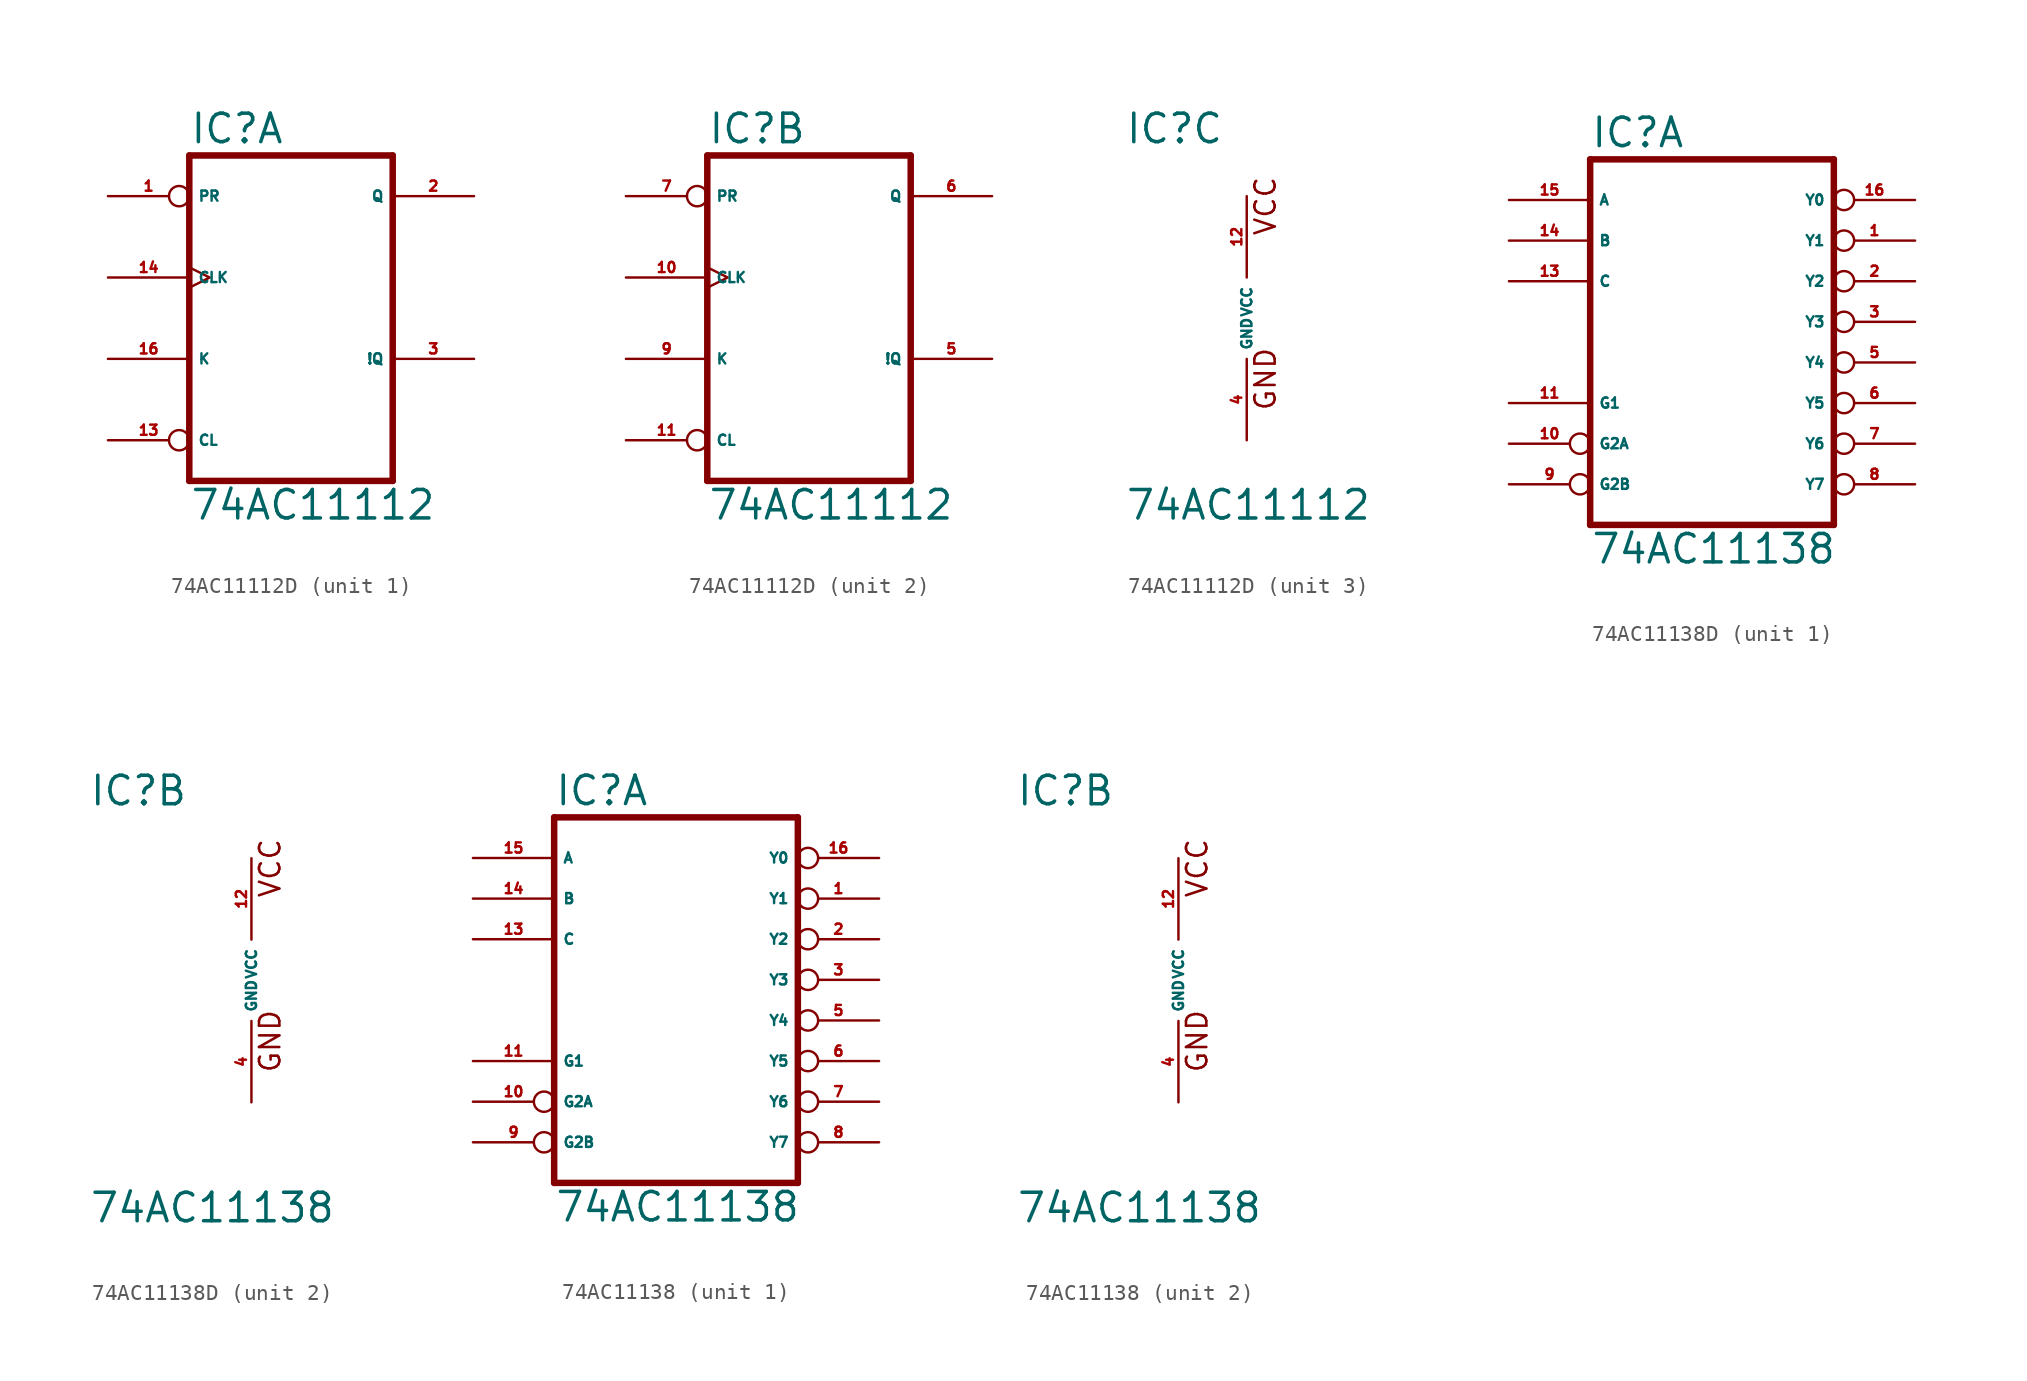
<source format=kicad_sym>
(kicad_symbol_lib
  (version 20220914)
  (generator Eagle2Kicad)
  (symbol "74AC11112D"
    (property "Reference" "IC"
      (at -7.62 10.795 0)
      (effects (font (size 1.778 1.778) (thickness 0.22)) (justify left bottom)))
    (property "Value" "74AC11112"
      (at -7.62 -12.7 0)
      (effects (font (size 1.778 1.778) (thickness 0.22)) (justify left bottom)))
    (symbol "74AC11112D_1_0"
      (polyline (pts (xy -7.62 -10.16) (xy 5.08 -10.16)) (stroke (width 0.406) (type default)) (fill (type none)))
      (polyline (pts (xy 5.08 -10.16) (xy 5.08 10.16)) (stroke (width 0.406) (type default)) (fill (type none)))
      (polyline (pts (xy 5.08 10.16) (xy -7.62 10.16)) (stroke (width 0.406) (type default)) (fill (type none)))
      (polyline (pts (xy -7.62 10.16) (xy -7.62 -10.16)) (stroke (width 0.406) (type default)) (fill (type none)))
      (pin input inverted (at -12.7 7.62 0) (length 5.08) (name "PR" (effects (font (size 0.635 0.635) (thickness 0.08)) (justify left bottom))) (number "1" (effects (font (size 0.635 0.635) (thickness 0.08)) (justify left bottom))))
      (pin output line (at 10.16 7.62 180) (length 5.08) (name "Q" (effects (font (size 0.635 0.635) (thickness 0.08)) (justify left bottom))) (number "2" (effects (font (size 0.635 0.635) (thickness 0.08)) (justify left bottom))))
      (pin output line (at 10.16 -2.54 180) (length 5.08) (name "!Q" (effects (font (size 0.635 0.635) (thickness 0.08)) (justify left bottom))) (number "3" (effects (font (size 0.635 0.635) (thickness 0.08)) (justify left bottom))))
      (pin input inverted (at -12.7 -7.62 0) (length 5.08) (name "CL" (effects (font (size 0.635 0.635) (thickness 0.08)) (justify left bottom))) (number "13" (effects (font (size 0.635 0.635) (thickness 0.08)) (justify left bottom))))
      (pin input clock (at -12.7 2.54 0) (length 5.08) (name "CLK" (effects (font (size 0.635 0.635) (thickness 0.08)) (justify left bottom))) (number "14" (effects (font (size 0.635 0.635) (thickness 0.08)) (justify left bottom))))
      (pin input line (at -12.7 -2.54 0) (length 5.08) (name "K" (effects (font (size 0.635 0.635) (thickness 0.08)) (justify left bottom))) (number "16" (effects (font (size 0.635 0.635) (thickness 0.08)) (justify left bottom)))))
    (symbol "74AC11112D_2_0"
      (polyline (pts (xy -7.62 -10.16) (xy 5.08 -10.16)) (stroke (width 0.406) (type default)) (fill (type none)))
      (polyline (pts (xy 5.08 -10.16) (xy 5.08 10.16)) (stroke (width 0.406) (type default)) (fill (type none)))
      (polyline (pts (xy 5.08 10.16) (xy -7.62 10.16)) (stroke (width 0.406) (type default)) (fill (type none)))
      (polyline (pts (xy -7.62 10.16) (xy -7.62 -10.16)) (stroke (width 0.406) (type default)) (fill (type none)))
      (pin input inverted (at -12.7 7.62 0) (length 5.08) (name "PR" (effects (font (size 0.635 0.635) (thickness 0.08)) (justify left bottom))) (number "7" (effects (font (size 0.635 0.635) (thickness 0.08)) (justify left bottom))))
      (pin output line (at 10.16 7.62 180) (length 5.08) (name "Q" (effects (font (size 0.635 0.635) (thickness 0.08)) (justify left bottom))) (number "6" (effects (font (size 0.635 0.635) (thickness 0.08)) (justify left bottom))))
      (pin output line (at 10.16 -2.54 180) (length 5.08) (name "!Q" (effects (font (size 0.635 0.635) (thickness 0.08)) (justify left bottom))) (number "5" (effects (font (size 0.635 0.635) (thickness 0.08)) (justify left bottom))))
      (pin input inverted (at -12.7 -7.62 0) (length 5.08) (name "CL" (effects (font (size 0.635 0.635) (thickness 0.08)) (justify left bottom))) (number "11" (effects (font (size 0.635 0.635) (thickness 0.08)) (justify left bottom))))
      (pin input clock (at -12.7 2.54 0) (length 5.08) (name "CLK" (effects (font (size 0.635 0.635) (thickness 0.08)) (justify left bottom))) (number "10" (effects (font (size 0.635 0.635) (thickness 0.08)) (justify left bottom))))
      (pin input line (at -12.7 -2.54 0) (length 5.08) (name "K" (effects (font (size 0.635 0.635) (thickness 0.08)) (justify left bottom))) (number "9" (effects (font (size 0.635 0.635) (thickness 0.08)) (justify left bottom)))))
    (symbol "74AC11112D_3_0"
      (text "GND" (at 1.905 -5.842 900) (effects (font (size 1.27 1.27) (thickness 0.16)) (justify left bottom)))
      (text "VCC" (at 1.905 5.08 900) (effects (font (size 1.27 1.27) (thickness 0.16)) (justify left bottom)))
      (pin unspecified line (at 0 -7.62 90) (length 5.08) (name "GND" (effects (font (size 0.635 0.635) (thickness 0.08)) (justify left bottom))) (number "4" (effects (font (size 0.635 0.635) (thickness 0.08)) (justify left bottom))))
      (pin unspecified line (at 0 7.62 270) (length 5.08) (name "VCC" (effects (font (size 0.635 0.635) (thickness 0.08)) (justify left bottom))) (number "12" (effects (font (size 0.635 0.635) (thickness 0.08)) (justify left bottom))))))
  (symbol "74AC11138D"
    (property "Reference" "IC"
      (at -10.16 10.795 0)
      (effects (font (size 1.778 1.778) (thickness 0.22)) (justify left bottom)))
    (property "Value" "74AC11138"
      (at -10.16 -15.24 0)
      (effects (font (size 1.778 1.778) (thickness 0.22)) (justify left bottom)))
    (symbol "74AC11138D_1_0"
      (polyline (pts (xy -10.16 -12.7) (xy 5.08 -12.7)) (stroke (width 0.406) (type default)) (fill (type none)))
      (polyline (pts (xy 5.08 -12.7) (xy 5.08 10.16)) (stroke (width 0.406) (type default)) (fill (type none)))
      (polyline (pts (xy 5.08 10.16) (xy -10.16 10.16)) (stroke (width 0.406) (type default)) (fill (type none)))
      (polyline (pts (xy -10.16 10.16) (xy -10.16 -12.7)) (stroke (width 0.406) (type default)) (fill (type none)))
      (pin output inverted (at 10.16 5.08 180) (length 5.08) (name "Y1" (effects (font (size 0.635 0.635) (thickness 0.08)) (justify left bottom))) (number "1" (effects (font (size 0.635 0.635) (thickness 0.08)) (justify left bottom))))
      (pin output inverted (at 10.16 2.54 180) (length 5.08) (name "Y2" (effects (font (size 0.635 0.635) (thickness 0.08)) (justify left bottom))) (number "2" (effects (font (size 0.635 0.635) (thickness 0.08)) (justify left bottom))))
      (pin output inverted (at 10.16 0 180) (length 5.08) (name "Y3" (effects (font (size 0.635 0.635) (thickness 0.08)) (justify left bottom))) (number "3" (effects (font (size 0.635 0.635) (thickness 0.08)) (justify left bottom))))
      (pin output inverted (at 10.16 -2.54 180) (length 5.08) (name "Y4" (effects (font (size 0.635 0.635) (thickness 0.08)) (justify left bottom))) (number "5" (effects (font (size 0.635 0.635) (thickness 0.08)) (justify left bottom))))
      (pin output inverted (at 10.16 -5.08 180) (length 5.08) (name "Y5" (effects (font (size 0.635 0.635) (thickness 0.08)) (justify left bottom))) (number "6" (effects (font (size 0.635 0.635) (thickness 0.08)) (justify left bottom))))
      (pin output inverted (at 10.16 -7.62 180) (length 5.08) (name "Y6" (effects (font (size 0.635 0.635) (thickness 0.08)) (justify left bottom))) (number "7" (effects (font (size 0.635 0.635) (thickness 0.08)) (justify left bottom))))
      (pin output inverted (at 10.16 -10.16 180) (length 5.08) (name "Y7" (effects (font (size 0.635 0.635) (thickness 0.08)) (justify left bottom))) (number "8" (effects (font (size 0.635 0.635) (thickness 0.08)) (justify left bottom))))
      (pin input inverted (at -15.24 -10.16 0) (length 5.08) (name "G2B" (effects (font (size 0.635 0.635) (thickness 0.08)) (justify left bottom))) (number "9" (effects (font (size 0.635 0.635) (thickness 0.08)) (justify left bottom))))
      (pin input inverted (at -15.24 -7.62 0) (length 5.08) (name "G2A" (effects (font (size 0.635 0.635) (thickness 0.08)) (justify left bottom))) (number "10" (effects (font (size 0.635 0.635) (thickness 0.08)) (justify left bottom))))
      (pin input line (at -15.24 -5.08 0) (length 5.08) (name "G1" (effects (font (size 0.635 0.635) (thickness 0.08)) (justify left bottom))) (number "11" (effects (font (size 0.635 0.635) (thickness 0.08)) (justify left bottom))))
      (pin input line (at -15.24 2.54 0) (length 5.08) (name "C" (effects (font (size 0.635 0.635) (thickness 0.08)) (justify left bottom))) (number "13" (effects (font (size 0.635 0.635) (thickness 0.08)) (justify left bottom))))
      (pin input line (at -15.24 5.08 0) (length 5.08) (name "B" (effects (font (size 0.635 0.635) (thickness 0.08)) (justify left bottom))) (number "14" (effects (font (size 0.635 0.635) (thickness 0.08)) (justify left bottom))))
      (pin output inverted (at 10.16 7.62 180) (length 5.08) (name "Y0" (effects (font (size 0.635 0.635) (thickness 0.08)) (justify left bottom))) (number "16" (effects (font (size 0.635 0.635) (thickness 0.08)) (justify left bottom))))
      (pin input line (at -15.24 7.62 0) (length 5.08) (name "A" (effects (font (size 0.635 0.635) (thickness 0.08)) (justify left bottom))) (number "15" (effects (font (size 0.635 0.635) (thickness 0.08)) (justify left bottom)))))
    (symbol "74AC11138D_2_0"
      (text "GND" (at 1.905 -5.842 900) (effects (font (size 1.27 1.27) (thickness 0.16)) (justify left bottom)))
      (text "VCC" (at 1.905 5.08 900) (effects (font (size 1.27 1.27) (thickness 0.16)) (justify left bottom)))
      (pin unspecified line (at 0 -7.62 90) (length 5.08) (name "GND" (effects (font (size 0.635 0.635) (thickness 0.08)) (justify left bottom))) (number "4" (effects (font (size 0.635 0.635) (thickness 0.08)) (justify left bottom))))
      (pin unspecified line (at 0 7.62 270) (length 5.08) (name "VCC" (effects (font (size 0.635 0.635) (thickness 0.08)) (justify left bottom))) (number "12" (effects (font (size 0.635 0.635) (thickness 0.08)) (justify left bottom))))))
  (symbol "74AC11138"
    (property "Reference" "IC"
      (at -10.16 10.795 0)
      (effects (font (size 1.778 1.778) (thickness 0.22)) (justify left bottom)))
    (property "Value" "74AC11138"
      (at -10.16 -15.24 0)
      (effects (font (size 1.778 1.778) (thickness 0.22)) (justify left bottom)))
    (symbol "74AC11138_1_0"
      (polyline (pts (xy -10.16 -12.7) (xy 5.08 -12.7)) (stroke (width 0.406) (type default)) (fill (type none)))
      (polyline (pts (xy 5.08 -12.7) (xy 5.08 10.16)) (stroke (width 0.406) (type default)) (fill (type none)))
      (polyline (pts (xy 5.08 10.16) (xy -10.16 10.16)) (stroke (width 0.406) (type default)) (fill (type none)))
      (polyline (pts (xy -10.16 10.16) (xy -10.16 -12.7)) (stroke (width 0.406) (type default)) (fill (type none)))
      (pin output inverted (at 10.16 5.08 180) (length 5.08) (name "Y1" (effects (font (size 0.635 0.635) (thickness 0.08)) (justify left bottom))) (number "1" (effects (font (size 0.635 0.635) (thickness 0.08)) (justify left bottom))))
      (pin output inverted (at 10.16 2.54 180) (length 5.08) (name "Y2" (effects (font (size 0.635 0.635) (thickness 0.08)) (justify left bottom))) (number "2" (effects (font (size 0.635 0.635) (thickness 0.08)) (justify left bottom))))
      (pin output inverted (at 10.16 0 180) (length 5.08) (name "Y3" (effects (font (size 0.635 0.635) (thickness 0.08)) (justify left bottom))) (number "3" (effects (font (size 0.635 0.635) (thickness 0.08)) (justify left bottom))))
      (pin output inverted (at 10.16 -2.54 180) (length 5.08) (name "Y4" (effects (font (size 0.635 0.635) (thickness 0.08)) (justify left bottom))) (number "5" (effects (font (size 0.635 0.635) (thickness 0.08)) (justify left bottom))))
      (pin output inverted (at 10.16 -5.08 180) (length 5.08) (name "Y5" (effects (font (size 0.635 0.635) (thickness 0.08)) (justify left bottom))) (number "6" (effects (font (size 0.635 0.635) (thickness 0.08)) (justify left bottom))))
      (pin output inverted (at 10.16 -7.62 180) (length 5.08) (name "Y6" (effects (font (size 0.635 0.635) (thickness 0.08)) (justify left bottom))) (number "7" (effects (font (size 0.635 0.635) (thickness 0.08)) (justify left bottom))))
      (pin output inverted (at 10.16 -10.16 180) (length 5.08) (name "Y7" (effects (font (size 0.635 0.635) (thickness 0.08)) (justify left bottom))) (number "8" (effects (font (size 0.635 0.635) (thickness 0.08)) (justify left bottom))))
      (pin input inverted (at -15.24 -10.16 0) (length 5.08) (name "G2B" (effects (font (size 0.635 0.635) (thickness 0.08)) (justify left bottom))) (number "9" (effects (font (size 0.635 0.635) (thickness 0.08)) (justify left bottom))))
      (pin input inverted (at -15.24 -7.62 0) (length 5.08) (name "G2A" (effects (font (size 0.635 0.635) (thickness 0.08)) (justify left bottom))) (number "10" (effects (font (size 0.635 0.635) (thickness 0.08)) (justify left bottom))))
      (pin input line (at -15.24 -5.08 0) (length 5.08) (name "G1" (effects (font (size 0.635 0.635) (thickness 0.08)) (justify left bottom))) (number "11" (effects (font (size 0.635 0.635) (thickness 0.08)) (justify left bottom))))
      (pin input line (at -15.24 2.54 0) (length 5.08) (name "C" (effects (font (size 0.635 0.635) (thickness 0.08)) (justify left bottom))) (number "13" (effects (font (size 0.635 0.635) (thickness 0.08)) (justify left bottom))))
      (pin input line (at -15.24 5.08 0) (length 5.08) (name "B" (effects (font (size 0.635 0.635) (thickness 0.08)) (justify left bottom))) (number "14" (effects (font (size 0.635 0.635) (thickness 0.08)) (justify left bottom))))
      (pin output inverted (at 10.16 7.62 180) (length 5.08) (name "Y0" (effects (font (size 0.635 0.635) (thickness 0.08)) (justify left bottom))) (number "16" (effects (font (size 0.635 0.635) (thickness 0.08)) (justify left bottom))))
      (pin input line (at -15.24 7.62 0) (length 5.08) (name "A" (effects (font (size 0.635 0.635) (thickness 0.08)) (justify left bottom))) (number "15" (effects (font (size 0.635 0.635) (thickness 0.08)) (justify left bottom)))))
    (symbol "74AC11138_2_0"
      (text "GND" (at 1.905 -5.842 900) (effects (font (size 1.27 1.27) (thickness 0.16)) (justify left bottom)))
      (text "VCC" (at 1.905 5.08 900) (effects (font (size 1.27 1.27) (thickness 0.16)) (justify left bottom)))
      (pin unspecified line (at 0 -7.62 90) (length 5.08) (name "GND" (effects (font (size 0.635 0.635) (thickness 0.08)) (justify left bottom))) (number "4" (effects (font (size 0.635 0.635) (thickness 0.08)) (justify left bottom))))
      (pin unspecified line (at 0 7.62 270) (length 5.08) (name "VCC" (effects (font (size 0.635 0.635) (thickness 0.08)) (justify left bottom))) (number "12" (effects (font (size 0.635 0.635) (thickness 0.08)) (justify left bottom)))))))
</source>
